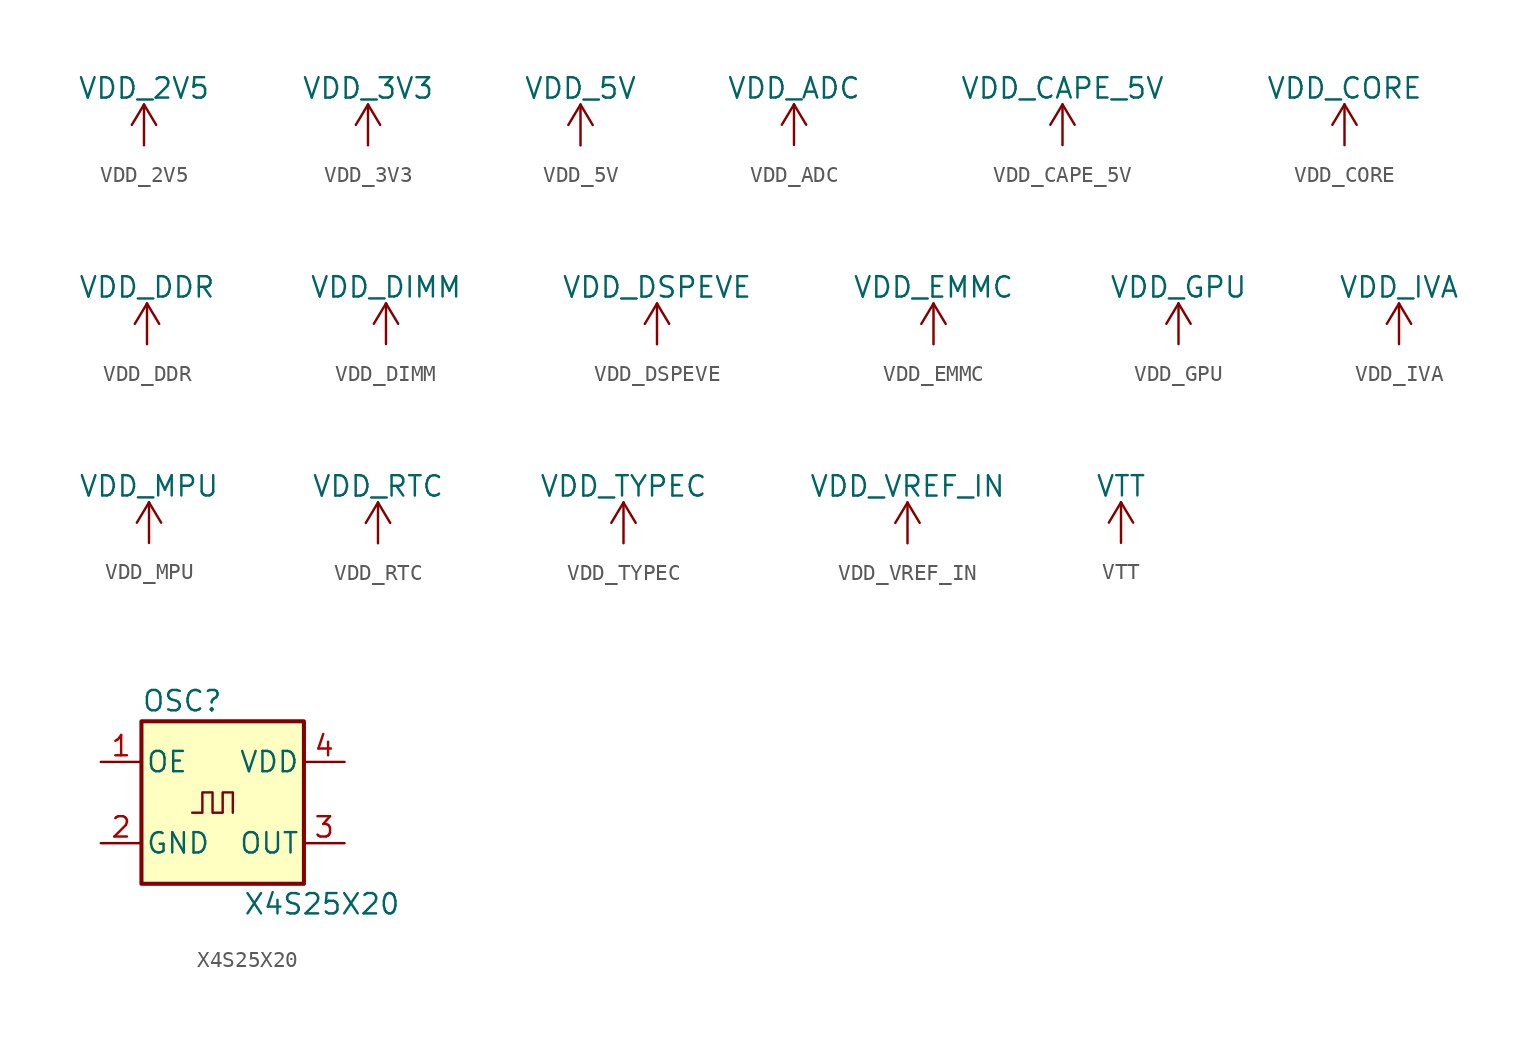
<source format=kicad_sym>
(kicad_symbol_lib
  (version 20201005)
  (generator kicad_symbol_editor)
  (symbol "beaglebone-ai:VDD_2V5"
    (power)
    (pin_names
      (offset 0))
    (property "Reference" "#PWR"
      (at 0 -3.81 0)
      (effects (font (size 1.27 1.27)) hide))
    (property "Value" "VDD_2V5"
      (at 0 3.556 0)
      (effects (font (size 1.27 1.27))))
    (symbol "VDD_2V5_0_1"
      (polyline (pts (xy -0.762 1.27) (xy 0 2.54)) (stroke (width 0)) (fill (type none)))
      (polyline (pts (xy 0 0) (xy 0 2.54)) (stroke (width 0)) (fill (type none)))
      (polyline (pts (xy 0 2.54) (xy 0.762 1.27)) (stroke (width 0)) (fill (type none))))
    (symbol "VDD_2V5_1_1"
      (pin power_in line (at 0 0 90) (length 0) hide (name "VDD_2V5" (effects (font (size 1.27 1.27)))) (number "1" (effects (font (size 1.27 1.27)))))))
  (symbol "beaglebone-ai:VDD_3V3"
    (power)
    (pin_names
      (offset 0))
    (property "Reference" "#PWR"
      (at 0 -3.81 0)
      (effects (font (size 1.27 1.27)) hide))
    (property "Value" "VDD_3V3"
      (at 0 3.556 0)
      (effects (font (size 1.27 1.27))))
    (symbol "VDD_3V3_0_1"
      (polyline (pts (xy -0.762 1.27) (xy 0 2.54)) (stroke (width 0)) (fill (type none)))
      (polyline (pts (xy 0 0) (xy 0 2.54)) (stroke (width 0)) (fill (type none)))
      (polyline (pts (xy 0 2.54) (xy 0.762 1.27)) (stroke (width 0)) (fill (type none))))
    (symbol "VDD_3V3_1_1"
      (pin power_in line (at 0 0 90) (length 0) hide (name "VDD_3V3" (effects (font (size 1.27 1.27)))) (number "1" (effects (font (size 1.27 1.27)))))))
  (symbol "beaglebone-ai:VDD_5V"
    (power)
    (pin_names
      (offset 0))
    (property "Reference" "#PWR"
      (at 0 -3.81 0)
      (effects (font (size 1.27 1.27)) hide))
    (property "Value" "VDD_5V"
      (at 0 3.556 0)
      (effects (font (size 1.27 1.27))))
    (symbol "VDD_5V_0_1"
      (polyline (pts (xy -0.762 1.27) (xy 0 2.54)) (stroke (width 0)) (fill (type none)))
      (polyline (pts (xy 0 0) (xy 0 2.54)) (stroke (width 0)) (fill (type none)))
      (polyline (pts (xy 0 2.54) (xy 0.762 1.27)) (stroke (width 0)) (fill (type none))))
    (symbol "VDD_5V_1_1"
      (pin power_in line (at 0 0 90) (length 0) hide (name "VDD_5V" (effects (font (size 1.27 1.27)))) (number "1" (effects (font (size 1.27 1.27)))))))
  (symbol "beaglebone-ai:VDD_ADC"
    (power)
    (pin_names
      (offset 0))
    (property "Reference" "#PWR"
      (at 0 -3.81 0)
      (effects (font (size 1.27 1.27)) hide))
    (property "Value" "VDD_ADC"
      (at 0 3.556 0)
      (effects (font (size 1.27 1.27))))
    (symbol "VDD_ADC_0_1"
      (polyline (pts (xy -0.762 1.27) (xy 0 2.54)) (stroke (width 0)) (fill (type none)))
      (polyline (pts (xy 0 0) (xy 0 2.54)) (stroke (width 0)) (fill (type none)))
      (polyline (pts (xy 0 2.54) (xy 0.762 1.27)) (stroke (width 0)) (fill (type none))))
    (symbol "VDD_ADC_1_1"
      (pin power_in line (at 0 0 90) (length 0) hide (name "VDD_ADC" (effects (font (size 1.27 1.27)))) (number "1" (effects (font (size 1.27 1.27)))))))
  (symbol "beaglebone-ai:VDD_CAPE_5V"
    (power)
    (pin_names
      (offset 0))
    (property "Reference" "#PWR"
      (at 0 -3.81 0)
      (effects (font (size 1.27 1.27)) hide))
    (property "Value" "VDD_CAPE_5V"
      (at 0 3.556 0)
      (effects (font (size 1.27 1.27))))
    (symbol "VDD_CAPE_5V_0_1"
      (polyline (pts (xy -0.762 1.27) (xy 0 2.54)) (stroke (width 0)) (fill (type none)))
      (polyline (pts (xy 0 0) (xy 0 2.54)) (stroke (width 0)) (fill (type none)))
      (polyline (pts (xy 0 2.54) (xy 0.762 1.27)) (stroke (width 0)) (fill (type none))))
    (symbol "VDD_CAPE_5V_1_1"
      (pin power_in line (at 0 0 90) (length 0) hide (name "VDD_CAPE_5V" (effects (font (size 1.27 1.27)))) (number "1" (effects (font (size 1.27 1.27)))))))
  (symbol "beaglebone-ai:VDD_CORE"
    (power)
    (pin_names
      (offset 0))
    (property "Reference" "#PWR"
      (at 0 -3.81 0)
      (effects (font (size 1.27 1.27)) hide))
    (property "Value" "VDD_CORE"
      (at 0 3.556 0)
      (effects (font (size 1.27 1.27))))
    (symbol "VDD_CORE_0_1"
      (polyline (pts (xy -0.762 1.27) (xy 0 2.54)) (stroke (width 0)) (fill (type none)))
      (polyline (pts (xy 0 0) (xy 0 2.54)) (stroke (width 0)) (fill (type none)))
      (polyline (pts (xy 0 2.54) (xy 0.762 1.27)) (stroke (width 0)) (fill (type none))))
    (symbol "VDD_CORE_1_1"
      (pin power_in line (at 0 0 90) (length 0) hide (name "VDD_CORE" (effects (font (size 1.27 1.27)))) (number "1" (effects (font (size 1.27 1.27)))))))
  (symbol "beaglebone-ai:VDD_DDR"
    (power)
    (pin_names
      (offset 0))
    (property "Reference" "#PWR"
      (at 0 -3.81 0)
      (effects (font (size 1.27 1.27)) hide))
    (property "Value" "VDD_DDR"
      (at 0 3.556 0)
      (effects (font (size 1.27 1.27))))
    (symbol "VDD_DDR_0_1"
      (polyline (pts (xy -0.762 1.27) (xy 0 2.54)) (stroke (width 0)) (fill (type none)))
      (polyline (pts (xy 0 0) (xy 0 2.54)) (stroke (width 0)) (fill (type none)))
      (polyline (pts (xy 0 2.54) (xy 0.762 1.27)) (stroke (width 0)) (fill (type none))))
    (symbol "VDD_DDR_1_1"
      (pin power_in line (at 0 0 90) (length 0) hide (name "VDD_DDR" (effects (font (size 1.27 1.27)))) (number "1" (effects (font (size 1.27 1.27)))))))
  (symbol "beaglebone-ai:VDD_DIMM"
    (power)
    (pin_names
      (offset 0))
    (property "Reference" "#PWR"
      (at 0 -3.81 0)
      (effects (font (size 1.27 1.27)) hide))
    (property "Value" "VDD_DIMM"
      (at 0 3.556 0)
      (effects (font (size 1.27 1.27))))
    (symbol "VDD_DIMM_0_1"
      (polyline (pts (xy -0.762 1.27) (xy 0 2.54)) (stroke (width 0)) (fill (type none)))
      (polyline (pts (xy 0 0) (xy 0 2.54)) (stroke (width 0)) (fill (type none)))
      (polyline (pts (xy 0 2.54) (xy 0.762 1.27)) (stroke (width 0)) (fill (type none))))
    (symbol "VDD_DIMM_1_1"
      (pin power_in line (at 0 0 90) (length 0) hide (name "VDD_DIMM" (effects (font (size 1.27 1.27)))) (number "1" (effects (font (size 1.27 1.27)))))))
  (symbol "beaglebone-ai:VDD_DSPEVE"
    (power)
    (pin_names
      (offset 0))
    (property "Reference" "#PWR"
      (at 0 -3.81 0)
      (effects (font (size 1.27 1.27)) hide))
    (property "Value" "VDD_DSPEVE"
      (at 0 3.556 0)
      (effects (font (size 1.27 1.27))))
    (symbol "VDD_DSPEVE_0_1"
      (polyline (pts (xy -0.762 1.27) (xy 0 2.54)) (stroke (width 0)) (fill (type none)))
      (polyline (pts (xy 0 0) (xy 0 2.54)) (stroke (width 0)) (fill (type none)))
      (polyline (pts (xy 0 2.54) (xy 0.762 1.27)) (stroke (width 0)) (fill (type none))))
    (symbol "VDD_DSPEVE_1_1"
      (pin power_in line (at 0 0 90) (length 0) hide (name "VDD_DSPEVE" (effects (font (size 1.27 1.27)))) (number "1" (effects (font (size 1.27 1.27)))))))
  (symbol "beaglebone-ai:VDD_EMMC"
    (power)
    (pin_names
      (offset 0))
    (property "Reference" "#PWR"
      (at 0 -3.81 0)
      (effects (font (size 1.27 1.27)) hide))
    (property "Value" "VDD_EMMC"
      (at 0 3.556 0)
      (effects (font (size 1.27 1.27))))
    (symbol "VDD_EMMC_0_1"
      (polyline (pts (xy -0.762 1.27) (xy 0 2.54)) (stroke (width 0)) (fill (type none)))
      (polyline (pts (xy 0 0) (xy 0 2.54)) (stroke (width 0)) (fill (type none)))
      (polyline (pts (xy 0 2.54) (xy 0.762 1.27)) (stroke (width 0)) (fill (type none))))
    (symbol "VDD_EMMC_1_1"
      (pin power_in line (at 0 0 90) (length 0) hide (name "VDD_EMMC" (effects (font (size 1.27 1.27)))) (number "1" (effects (font (size 1.27 1.27)))))))
  (symbol "beaglebone-ai:VDD_GPU"
    (power)
    (pin_names
      (offset 0))
    (property "Reference" "#PWR"
      (at 0 -3.81 0)
      (effects (font (size 1.27 1.27)) hide))
    (property "Value" "VDD_GPU"
      (at 0 3.556 0)
      (effects (font (size 1.27 1.27))))
    (symbol "VDD_GPU_0_1"
      (polyline (pts (xy -0.762 1.27) (xy 0 2.54)) (stroke (width 0)) (fill (type none)))
      (polyline (pts (xy 0 0) (xy 0 2.54)) (stroke (width 0)) (fill (type none)))
      (polyline (pts (xy 0 2.54) (xy 0.762 1.27)) (stroke (width 0)) (fill (type none))))
    (symbol "VDD_GPU_1_1"
      (pin power_in line (at 0 0 90) (length 0) hide (name "VDD_GPU" (effects (font (size 1.27 1.27)))) (number "1" (effects (font (size 1.27 1.27)))))))
  (symbol "beaglebone-ai:VDD_IVA"
    (power)
    (pin_names
      (offset 0))
    (property "Reference" "#PWR"
      (at 0 -3.81 0)
      (effects (font (size 1.27 1.27)) hide))
    (property "Value" "VDD_IVA"
      (at 0 3.556 0)
      (effects (font (size 1.27 1.27))))
    (symbol "VDD_IVA_0_1"
      (polyline (pts (xy -0.762 1.27) (xy 0 2.54)) (stroke (width 0)) (fill (type none)))
      (polyline (pts (xy 0 0) (xy 0 2.54)) (stroke (width 0)) (fill (type none)))
      (polyline (pts (xy 0 2.54) (xy 0.762 1.27)) (stroke (width 0)) (fill (type none))))
    (symbol "VDD_IVA_1_1"
      (pin power_in line (at 0 0 90) (length 0) hide (name "VDD_IVA" (effects (font (size 1.27 1.27)))) (number "1" (effects (font (size 1.27 1.27)))))))
  (symbol "beaglebone-ai:VDD_MPU"
    (power)
    (pin_names
      (offset 0))
    (property "Reference" "#PWR"
      (at 0 -3.81 0)
      (effects (font (size 1.27 1.27)) hide))
    (property "Value" "VDD_MPU"
      (at 0 3.556 0)
      (effects (font (size 1.27 1.27))))
    (symbol "VDD_MPU_0_1"
      (polyline (pts (xy -0.762 1.27) (xy 0 2.54)) (stroke (width 0)) (fill (type none)))
      (polyline (pts (xy 0 0) (xy 0 2.54)) (stroke (width 0)) (fill (type none)))
      (polyline (pts (xy 0 2.54) (xy 0.762 1.27)) (stroke (width 0)) (fill (type none))))
    (symbol "VDD_MPU_1_1"
      (pin power_in line (at 0 0 90) (length 0) hide (name "VDD_MPU" (effects (font (size 1.27 1.27)))) (number "1" (effects (font (size 1.27 1.27)))))))
  (symbol "beaglebone-ai:VDD_RTC"
    (power)
    (pin_names
      (offset 0))
    (property "Reference" "#PWR"
      (at 0 -3.81 0)
      (effects (font (size 1.27 1.27)) hide))
    (property "Value" "VDD_RTC"
      (at 0 3.556 0)
      (effects (font (size 1.27 1.27))))
    (symbol "VDD_RTC_0_1"
      (polyline (pts (xy -0.762 1.27) (xy 0 2.54)) (stroke (width 0)) (fill (type none)))
      (polyline (pts (xy 0 0) (xy 0 2.54)) (stroke (width 0)) (fill (type none)))
      (polyline (pts (xy 0 2.54) (xy 0.762 1.27)) (stroke (width 0)) (fill (type none))))
    (symbol "VDD_RTC_1_1"
      (pin power_in line (at 0 0 90) (length 0) hide (name "VDD_RTC" (effects (font (size 1.27 1.27)))) (number "1" (effects (font (size 1.27 1.27)))))))
  (symbol "beaglebone-ai:VDD_TYPEC"
    (power)
    (pin_names
      (offset 0))
    (property "Reference" "#PWR"
      (at 0 -3.81 0)
      (effects (font (size 1.27 1.27)) hide))
    (property "Value" "VDD_TYPEC"
      (at 0 3.556 0)
      (effects (font (size 1.27 1.27))))
    (symbol "VDD_TYPEC_0_1"
      (polyline (pts (xy -0.762 1.27) (xy 0 2.54)) (stroke (width 0)) (fill (type none)))
      (polyline (pts (xy 0 0) (xy 0 2.54)) (stroke (width 0)) (fill (type none)))
      (polyline (pts (xy 0 2.54) (xy 0.762 1.27)) (stroke (width 0)) (fill (type none))))
    (symbol "VDD_TYPEC_1_1"
      (pin power_in line (at 0 0 90) (length 0) hide (name "VDD_TYPEC" (effects (font (size 1.27 1.27)))) (number "1" (effects (font (size 1.27 1.27)))))))
  (symbol "beaglebone-ai:VDD_VREF_IN"
    (power)
    (pin_names
      (offset 0))
    (property "Reference" "#PWR"
      (at 0 -3.81 0)
      (effects (font (size 1.27 1.27)) hide))
    (property "Value" "VDD_VREF_IN"
      (at 0 3.556 0)
      (effects (font (size 1.27 1.27))))
    (symbol "VDD_VREF_IN_0_1"
      (polyline (pts (xy -0.762 1.27) (xy 0 2.54)) (stroke (width 0)) (fill (type none)))
      (polyline (pts (xy 0 0) (xy 0 2.54)) (stroke (width 0)) (fill (type none)))
      (polyline (pts (xy 0 2.54) (xy 0.762 1.27)) (stroke (width 0)) (fill (type none))))
    (symbol "VDD_VREF_IN_1_1"
      (pin power_in line (at 0 0 90) (length 0) hide (name "VDD_VREF_IN" (effects (font (size 1.27 1.27)))) (number "1" (effects (font (size 1.27 1.27)))))))
  (symbol "beaglebone-ai:VTT"
    (power)
    (pin_names
      (offset 0))
    (property "Reference" "#PWR"
      (at 0 -3.81 0)
      (effects (font (size 1.27 1.27)) hide))
    (property "Value" "VTT"
      (at 0 3.556 0)
      (effects (font (size 1.27 1.27))))
    (symbol "VTT_0_1"
      (polyline (pts (xy -0.762 1.27) (xy 0 2.54)) (stroke (width 0)) (fill (type none)))
      (polyline (pts (xy 0 0) (xy 0 2.54)) (stroke (width 0)) (fill (type none)))
      (polyline (pts (xy 0 2.54) (xy 0.762 1.27)) (stroke (width 0)) (fill (type none))))
    (symbol "VTT_1_1"
      (pin power_in line (at 0 0 90) (length 0) hide (name "VTT" (effects (font (size 1.27 1.27)))) (number "1" (effects (font (size 1.27 1.27)))))))
  (symbol "beaglebone-ai:X4S25X20"
    (pin_names
      (offset 0.254))
    (property "Reference" "OSC"
      (at -5.08 6.35 0)
      (effects (font (size 1.27 1.27)) (justify left)))
    (property "Value" "X4S25X20"
      (at 1.27 -6.35 0)
      (effects (font (size 1.27 1.27)) (justify left)))
    (symbol "X4S25X20_0_1"
      (rectangle (start -5.08 5.08) (end 5.08 -5.08) (stroke (width 0.254)) (fill (type background)))
      (polyline (pts (xy -1.905 -0.635) (xy -1.27 -0.635) (xy -1.27 0.635) (xy -0.635 0.635) (xy -0.635 -0.635) (xy 0 -0.635) (xy 0 0.635) (xy 0.635 0.635) (xy 0.635 -0.635)) (stroke (width 0)) (fill (type none))))
    (symbol "X4S25X20_1_1"
      (pin input line (at -7.62 2.54 0) (length 2.54) (name "OE" (effects (font (size 1.27 1.27)))) (number "1" (effects (font (size 1.27 1.27)))))
      (pin power_in line (at 7.62 2.54 180) (length 2.54) (name "VDD" (effects (font (size 1.27 1.27)))) (number "4" (effects (font (size 1.27 1.27)))))
      (pin power_in line (at -7.62 -2.54 0) (length 2.54) (name "GND" (effects (font (size 1.27 1.27)))) (number "2" (effects (font (size 1.27 1.27)))))
      (pin output line (at 7.62 -2.54 180) (length 2.54) (name "OUT" (effects (font (size 1.27 1.27)))) (number "3" (effects (font (size 1.27 1.27))))))))
</source>
